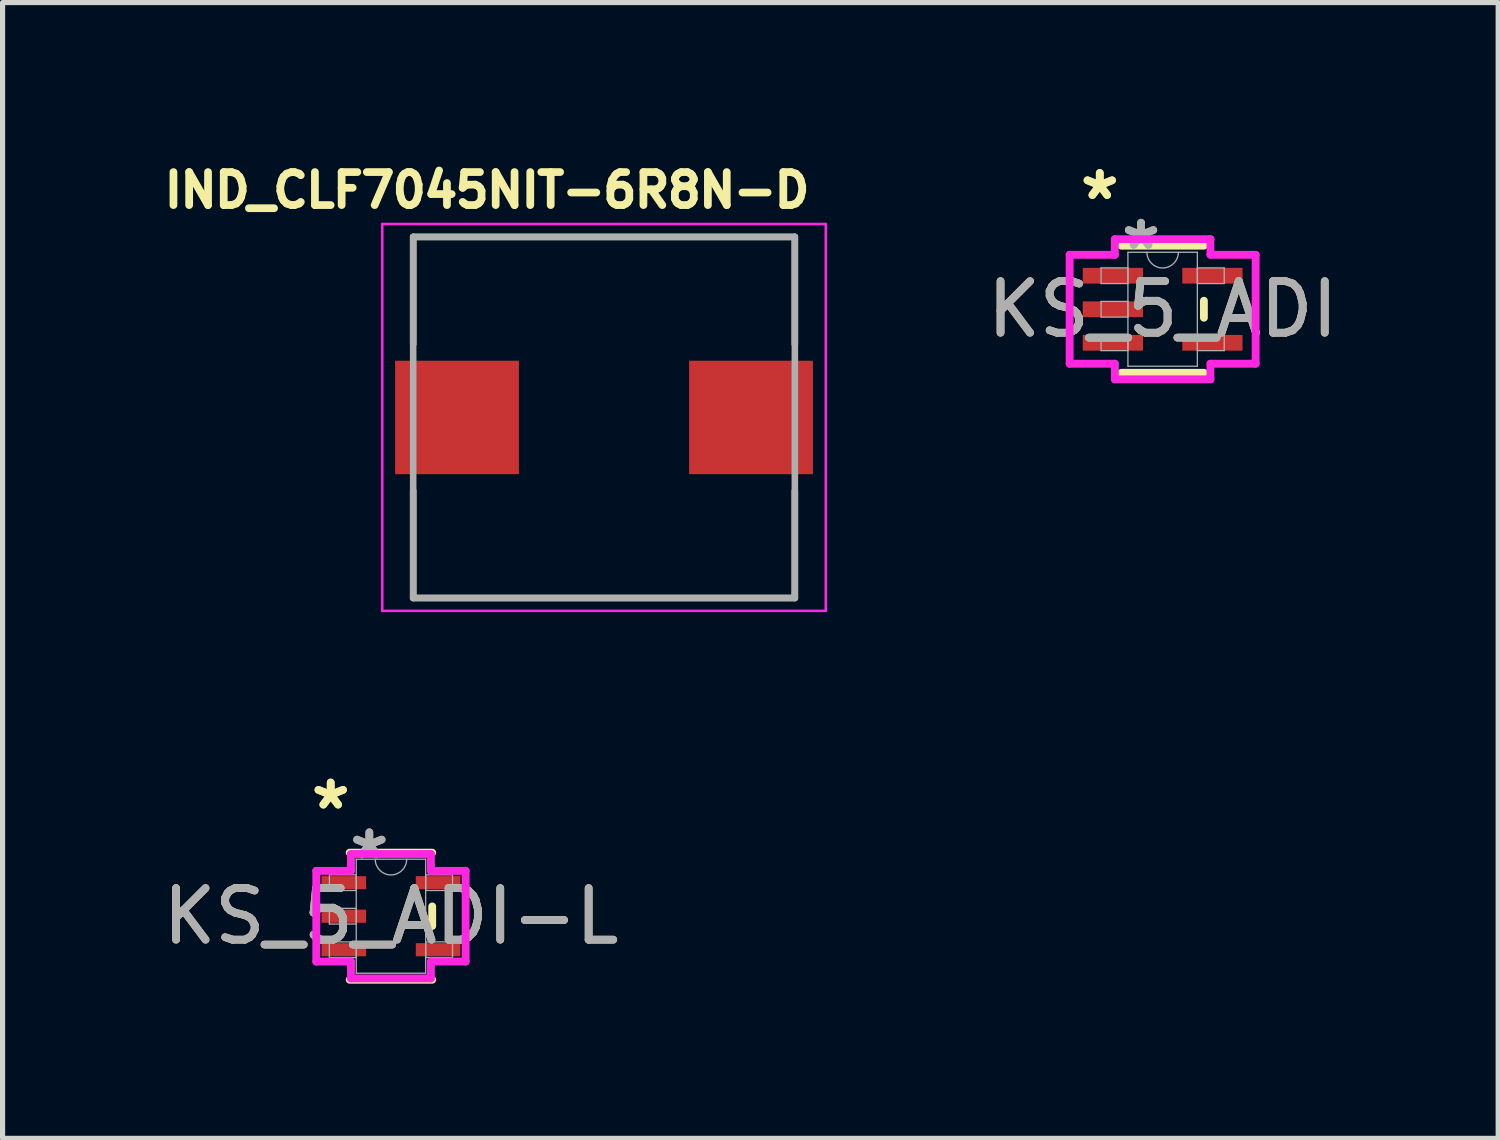
<source format=kicad_pcb>
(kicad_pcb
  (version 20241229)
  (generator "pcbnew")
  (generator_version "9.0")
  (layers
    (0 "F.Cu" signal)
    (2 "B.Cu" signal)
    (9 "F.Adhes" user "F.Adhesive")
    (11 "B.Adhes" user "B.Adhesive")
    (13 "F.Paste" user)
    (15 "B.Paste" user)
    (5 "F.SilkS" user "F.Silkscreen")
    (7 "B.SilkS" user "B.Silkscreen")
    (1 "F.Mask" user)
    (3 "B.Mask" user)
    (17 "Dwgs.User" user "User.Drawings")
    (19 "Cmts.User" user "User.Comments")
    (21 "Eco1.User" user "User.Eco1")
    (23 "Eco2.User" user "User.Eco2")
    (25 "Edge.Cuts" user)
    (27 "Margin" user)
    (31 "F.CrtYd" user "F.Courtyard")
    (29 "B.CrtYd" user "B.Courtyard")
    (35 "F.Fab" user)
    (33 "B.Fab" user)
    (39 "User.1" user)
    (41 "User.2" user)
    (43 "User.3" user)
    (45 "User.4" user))
  (footprint "KS_5_ADI"
    (layer "F.Cu")
    (at 19.492 2.946)
    (property "Reference" "KS_5_ADI" (at 0 0 0) (unlocked yes) (layer "F.SilkS") (effects (font (size 1 1) (thickness 0.15))))
    (attr smd)
    (fp_line (start -0.8 1.232) (end 0.8 1.232) (stroke (width 0.152) (type solid)) (layer "F.SilkS"))
    (fp_line (start 0.8 -1.232) (end -0.8 -1.232) (stroke (width 0.152) (type solid)) (layer "F.SilkS"))
    (fp_line (start 0.8 0.165) (end 0.8 -0.165) (stroke (width 0.152) (type solid)) (layer "F.SilkS"))
    (fp_line (start -1.803 -1.056) (end -0.927 -1.056) (stroke (width 0.152) (type solid)) (layer "F.CrtYd"))
    (fp_line (start -1.803 1.056) (end -1.803 -1.056) (stroke (width 0.152) (type solid)) (layer "F.CrtYd"))
    (fp_line (start -0.927 -1.359) (end 0.927 -1.359) (stroke (width 0.152) (type solid)) (layer "F.CrtYd"))
    (fp_line (start -0.927 -1.056) (end -0.927 -1.359) (stroke (width 0.152) (type solid)) (layer "F.CrtYd"))
    (fp_line (start -0.927 1.056) (end -1.803 1.056) (stroke (width 0.152) (type solid)) (layer "F.CrtYd"))
    (fp_line (start -0.927 1.359) (end -0.927 1.056) (stroke (width 0.152) (type solid)) (layer "F.CrtYd"))
    (fp_line (start 0.927 -1.359) (end 0.927 -1.056) (stroke (width 0.152) (type solid)) (layer "F.CrtYd"))
    (fp_line (start 0.927 -1.056) (end 1.803 -1.056) (stroke (width 0.152) (type solid)) (layer "F.CrtYd"))
    (fp_line (start 0.927 1.056) (end 0.927 1.359) (stroke (width 0.152) (type solid)) (layer "F.CrtYd"))
    (fp_line (start 0.927 1.359) (end -0.927 1.359) (stroke (width 0.152) (type solid)) (layer "F.CrtYd"))
    (fp_line (start 1.803 -1.056) (end 1.803 1.056) (stroke (width 0.152) (type solid)) (layer "F.CrtYd"))
    (fp_line (start 1.803 1.056) (end 0.927 1.056) (stroke (width 0.152) (type solid)) (layer "F.CrtYd"))
    (fp_line (start -1.194 -0.802) (end -1.194 -0.498) (stroke (width 0.025) (type solid)) (layer "F.Fab"))
    (fp_line (start -1.194 -0.498) (end -0.673 -0.498) (stroke (width 0.025) (type solid)) (layer "F.Fab"))
    (fp_line (start -1.194 -0.152) (end -1.194 0.152) (stroke (width 0.025) (type solid)) (layer "F.Fab"))
    (fp_line (start -1.194 0.152) (end -0.673 0.152) (stroke (width 0.025) (type solid)) (layer "F.Fab"))
    (fp_line (start -1.194 0.498) (end -1.194 0.802) (stroke (width 0.025) (type solid)) (layer "F.Fab"))
    (fp_line (start -1.194 0.802) (end -0.673 0.802) (stroke (width 0.025) (type solid)) (layer "F.Fab"))
    (fp_line (start -0.673 -1.105) (end -0.673 1.105) (stroke (width 0.025) (type solid)) (layer "F.Fab"))
    (fp_line (start -0.673 -0.802) (end -1.194 -0.802) (stroke (width 0.025) (type solid)) (layer "F.Fab"))
    (fp_line (start -0.673 -0.498) (end -0.673 -0.802) (stroke (width 0.025) (type solid)) (layer "F.Fab"))
    (fp_line (start -0.673 -0.152) (end -1.194 -0.152) (stroke (width 0.025) (type solid)) (layer "F.Fab"))
    (fp_line (start -0.673 0.152) (end -0.673 -0.152) (stroke (width 0.025) (type solid)) (layer "F.Fab"))
    (fp_line (start -0.673 0.498) (end -1.194 0.498) (stroke (width 0.025) (type solid)) (layer "F.Fab"))
    (fp_line (start -0.673 0.802) (end -0.673 0.498) (stroke (width 0.025) (type solid)) (layer "F.Fab"))
    (fp_line (start -0.673 1.105) (end 0.673 1.105) (stroke (width 0.025) (type solid)) (layer "F.Fab"))
    (fp_line (start 0.673 -1.105) (end -0.673 -1.105) (stroke (width 0.025) (type solid)) (layer "F.Fab"))
    (fp_line (start 0.673 -0.802) (end 0.673 -0.498) (stroke (width 0.025) (type solid)) (layer "F.Fab"))
    (fp_line (start 0.673 -0.498) (end 1.194 -0.498) (stroke (width 0.025) (type solid)) (layer "F.Fab"))
    (fp_line (start 0.673 0.498) (end 0.673 0.802) (stroke (width 0.025) (type solid)) (layer "F.Fab"))
    (fp_line (start 0.673 0.802) (end 1.194 0.802) (stroke (width 0.025) (type solid)) (layer "F.Fab"))
    (fp_line (start 0.673 1.105) (end 0.673 -1.105) (stroke (width 0.025) (type solid)) (layer "F.Fab"))
    (fp_line (start 1.194 -0.802) (end 0.673 -0.802) (stroke (width 0.025) (type solid)) (layer "F.Fab"))
    (fp_line (start 1.194 -0.498) (end 1.194 -0.802) (stroke (width 0.025) (type solid)) (layer "F.Fab"))
    (fp_line (start 1.194 0.498) (end 0.673 0.498) (stroke (width 0.025) (type solid)) (layer "F.Fab"))
    (fp_line (start 1.194 0.802) (end 1.194 0.498) (stroke (width 0.025) (type solid)) (layer "F.Fab"))
    (fp_arc (start 0.3048 -1.1049) (mid 0 -0.8001) (end -0.3048 -1.1049) (stroke (width 0.0254) (type solid)) (layer "F.Fab"))
    (fp_text user "*" (at -1.219 -2.098 0) (layer "F.SilkS") (effects (font (size 1 1) (thickness 0.15))))
    (fp_text user "*" (at -1.219 -2.098 0) (unlocked yes) (layer "F.SilkS") (effects (font (size 1 1) (thickness 0.15))))
    (fp_text user "${REFERENCE}" (at 0 0 0) (unlocked yes) (layer "F.Fab") (effects (font (size 1 1) (thickness 0.15))))
    (fp_text user "*" (at -0.419 -1.133 0) (layer "F.Fab") (effects (font (size 1 1) (thickness 0.15))))
    (fp_text user "*" (at -0.419 -1.133 0) (unlocked yes) (layer "F.Fab") (effects (font (size 1 1) (thickness 0.15))))
    (pad "1" smd rect (at -0.965 -0.65) (size 1.168 0.305) (layers "F.Cu" "F.Mask" "F.Paste"))
    (pad "2" smd rect (at -0.965 0) (size 1.168 0.305) (layers "F.Cu" "F.Mask" "F.Paste"))
    (pad "3" smd rect (at -0.965 0.65) (size 1.168 0.305) (layers "F.Cu" "F.Mask" "F.Paste"))
    (pad "4" smd rect (at 0.965 0.65) (size 1.168 0.305) (layers "F.Cu" "F.Mask" "F.Paste"))
    (pad "5" smd rect (at 0.965 -0.65) (size 1.168 0.305) (layers "F.Cu" "F.Mask" "F.Paste")))
  (footprint "KS_5_ADI-L"
    (layer "F.Cu")
    (at 4.53 14.714)
    (property "Reference" "KS_5_ADI-L" (at 0 0 0) (unlocked yes) (layer "F.SilkS") (effects (font (size 1 1) (thickness 0.15))))
    (attr smd)
    (fp_line (start -0.8 1.232) (end 0.8 1.232) (stroke (width 0.152) (type solid)) (layer "F.SilkS"))
    (fp_line (start 0.8 -1.232) (end -0.8 -1.232) (stroke (width 0.152) (type solid)) (layer "F.SilkS"))
    (fp_line (start 0.8 0.19) (end 0.8 -0.19) (stroke (width 0.152) (type solid)) (layer "F.SilkS"))
    (fp_line (start -1.448 -0.879) (end -0.775 -0.879) (stroke (width 0.152) (type solid)) (layer "F.CrtYd"))
    (fp_line (start -1.448 0.879) (end -1.448 -0.879) (stroke (width 0.152) (type solid)) (layer "F.CrtYd"))
    (fp_line (start -0.775 -1.206) (end 0.775 -1.206) (stroke (width 0.152) (type solid)) (layer "F.CrtYd"))
    (fp_line (start -0.775 -0.879) (end -0.775 -1.206) (stroke (width 0.152) (type solid)) (layer "F.CrtYd"))
    (fp_line (start -0.775 0.879) (end -1.448 0.879) (stroke (width 0.152) (type solid)) (layer "F.CrtYd"))
    (fp_line (start -0.775 1.206) (end -0.775 0.879) (stroke (width 0.152) (type solid)) (layer "F.CrtYd"))
    (fp_line (start 0.775 -1.206) (end 0.775 -0.879) (stroke (width 0.152) (type solid)) (layer "F.CrtYd"))
    (fp_line (start 0.775 -0.879) (end 1.448 -0.879) (stroke (width 0.152) (type solid)) (layer "F.CrtYd"))
    (fp_line (start 0.775 0.879) (end 0.775 1.206) (stroke (width 0.152) (type solid)) (layer "F.CrtYd"))
    (fp_line (start 0.775 1.206) (end -0.775 1.206) (stroke (width 0.152) (type solid)) (layer "F.CrtYd"))
    (fp_line (start 1.448 -0.879) (end 1.448 0.879) (stroke (width 0.152) (type solid)) (layer "F.CrtYd"))
    (fp_line (start 1.448 0.879) (end 0.775 0.879) (stroke (width 0.152) (type solid)) (layer "F.CrtYd"))
    (fp_line (start -1.194 -0.802) (end -1.194 -0.498) (stroke (width 0.025) (type solid)) (layer "F.Fab"))
    (fp_line (start -1.194 -0.498) (end -0.673 -0.498) (stroke (width 0.025) (type solid)) (layer "F.Fab"))
    (fp_line (start -1.194 -0.152) (end -1.194 0.152) (stroke (width 0.025) (type solid)) (layer "F.Fab"))
    (fp_line (start -1.194 0.152) (end -0.673 0.152) (stroke (width 0.025) (type solid)) (layer "F.Fab"))
    (fp_line (start -1.194 0.498) (end -1.194 0.802) (stroke (width 0.025) (type solid)) (layer "F.Fab"))
    (fp_line (start -1.194 0.802) (end -0.673 0.802) (stroke (width 0.025) (type solid)) (layer "F.Fab"))
    (fp_line (start -0.673 -1.105) (end -0.673 1.105) (stroke (width 0.025) (type solid)) (layer "F.Fab"))
    (fp_line (start -0.673 -0.802) (end -1.194 -0.802) (stroke (width 0.025) (type solid)) (layer "F.Fab"))
    (fp_line (start -0.673 -0.498) (end -0.673 -0.802) (stroke (width 0.025) (type solid)) (layer "F.Fab"))
    (fp_line (start -0.673 -0.152) (end -1.194 -0.152) (stroke (width 0.025) (type solid)) (layer "F.Fab"))
    (fp_line (start -0.673 0.152) (end -0.673 -0.152) (stroke (width 0.025) (type solid)) (layer "F.Fab"))
    (fp_line (start -0.673 0.498) (end -1.194 0.498) (stroke (width 0.025) (type solid)) (layer "F.Fab"))
    (fp_line (start -0.673 0.802) (end -0.673 0.498) (stroke (width 0.025) (type solid)) (layer "F.Fab"))
    (fp_line (start -0.673 1.105) (end 0.673 1.105) (stroke (width 0.025) (type solid)) (layer "F.Fab"))
    (fp_line (start 0.673 -1.105) (end -0.673 -1.105) (stroke (width 0.025) (type solid)) (layer "F.Fab"))
    (fp_line (start 0.673 -0.802) (end 0.673 -0.498) (stroke (width 0.025) (type solid)) (layer "F.Fab"))
    (fp_line (start 0.673 -0.498) (end 1.194 -0.498) (stroke (width 0.025) (type solid)) (layer "F.Fab"))
    (fp_line (start 0.673 0.498) (end 0.673 0.802) (stroke (width 0.025) (type solid)) (layer "F.Fab"))
    (fp_line (start 0.673 0.802) (end 1.194 0.802) (stroke (width 0.025) (type solid)) (layer "F.Fab"))
    (fp_line (start 0.673 1.105) (end 0.673 -1.105) (stroke (width 0.025) (type solid)) (layer "F.Fab"))
    (fp_line (start 1.194 -0.802) (end 0.673 -0.802) (stroke (width 0.025) (type solid)) (layer "F.Fab"))
    (fp_line (start 1.194 -0.498) (end 1.194 -0.802) (stroke (width 0.025) (type solid)) (layer "F.Fab"))
    (fp_line (start 1.194 0.498) (end 0.673 0.498) (stroke (width 0.025) (type solid)) (layer "F.Fab"))
    (fp_line (start 1.194 0.802) (end 1.194 0.498) (stroke (width 0.025) (type solid)) (layer "F.Fab"))
    (fp_arc (start 0.3048 -1.1049) (mid 0 -0.8001) (end -0.3048 -1.1049) (stroke (width 0.0254) (type solid)) (layer "F.Fab"))
    (fp_text user "*" (at -1.168 -2.047 0) (unlocked yes) (layer "F.SilkS") (effects (font (size 1 1) (thickness 0.15))))
    (fp_text user "*" (at -1.168 -2.047 0) (layer "F.SilkS") (effects (font (size 1 1) (thickness 0.15))))
    (fp_text user "*" (at -0.419 -1.082 0) (unlocked yes) (layer "F.Fab") (effects (font (size 1 1) (thickness 0.15))))
    (fp_text user "${REFERENCE}" (at 0 0 0) (unlocked yes) (layer "F.Fab") (effects (font (size 1 1) (thickness 0.15))))
    (fp_text user "*" (at -0.419 -1.082 0) (layer "F.Fab") (effects (font (size 1 1) (thickness 0.15))))
    (pad "1" smd rect (at -0.914 -0.65) (size 0.864 0.254) (layers "F.Cu" "F.Mask" "F.Paste"))
    (pad "2" smd rect (at -0.914 0) (size 0.864 0.254) (layers "F.Cu" "F.Mask" "F.Paste"))
    (pad "3" smd rect (at -0.914 0.65) (size 0.864 0.254) (layers "F.Cu" "F.Mask" "F.Paste"))
    (pad "4" smd rect (at 0.914 0.65) (size 0.864 0.254) (layers "F.Cu" "F.Mask" "F.Paste"))
    (pad "5" smd rect (at 0.914 -0.65) (size 0.864 0.254) (layers "F.Cu" "F.Mask" "F.Paste")))
  (footprint "IND_CLF7045NIT-6R8N-D"
    (layer "F.Cu")
    (at 8.661 5.044)
    (property "Reference" "IND_CLF7045NIT-6R8N-D" (at -2.268 -4.406 0) (layer "F.SilkS") (effects (font (size 0.64 0.64) (thickness 0.15))))
    (attr smd)
    (fp_line (start -3.7 -3.5) (end -3.7 -1.42) (stroke (width 0.127) (type solid)) (layer "F.SilkS"))
    (fp_line (start -3.7 -3.5) (end 3.7 -3.5) (stroke (width 0.127) (type solid)) (layer "F.SilkS"))
    (fp_line (start -3.7 3.5) (end -3.7 1.42) (stroke (width 0.127) (type solid)) (layer "F.SilkS"))
    (fp_line (start -3.7 3.5) (end 3.7 3.5) (stroke (width 0.127) (type solid)) (layer "F.SilkS"))
    (fp_line (start 3.7 -3.5) (end 3.7 -1.42) (stroke (width 0.127) (type solid)) (layer "F.SilkS"))
    (fp_line (start 3.7 3.5) (end 3.7 1.42) (stroke (width 0.127) (type solid)) (layer "F.SilkS"))
    (fp_line (start -4.3 -3.75) (end -4.3 3.75) (stroke (width 0.05) (type solid)) (layer "F.CrtYd"))
    (fp_line (start -4.3 3.75) (end 4.3 3.75) (stroke (width 0.05) (type solid)) (layer "F.CrtYd"))
    (fp_line (start 4.3 -3.75) (end -4.3 -3.75) (stroke (width 0.05) (type solid)) (layer "F.CrtYd"))
    (fp_line (start 4.3 3.75) (end 4.3 -3.75) (stroke (width 0.05) (type solid)) (layer "F.CrtYd"))
    (fp_line (start -3.7 -3.5) (end -3.7 3.5) (stroke (width 0.127) (type solid)) (layer "F.Fab"))
    (fp_line (start -3.7 -3.5) (end 3.7 -3.5) (stroke (width 0.127) (type solid)) (layer "F.Fab"))
    (fp_line (start -3.7 3.5) (end 3.7 3.5) (stroke (width 0.127) (type solid)) (layer "F.Fab"))
    (fp_line (start 3.7 -3.5) (end 3.7 3.5) (stroke (width 0.127) (type solid)) (layer "F.Fab"))
    (pad "1" smd rect (at -2.85 0) (size 2.4 2.2) (layers "F.Cu" "F.Mask" "F.Paste"))
    (pad "2" smd rect (at 2.85 0) (size 2.4 2.2) (layers "F.Cu" "F.Mask" "F.Paste")))
  (gr_rect
    (start -3 -3)
    (end 25.998 19.022)
    (stroke (width 0.1) (type default))
    (fill no)
    (layer "Edge.Cuts")))
</source>
